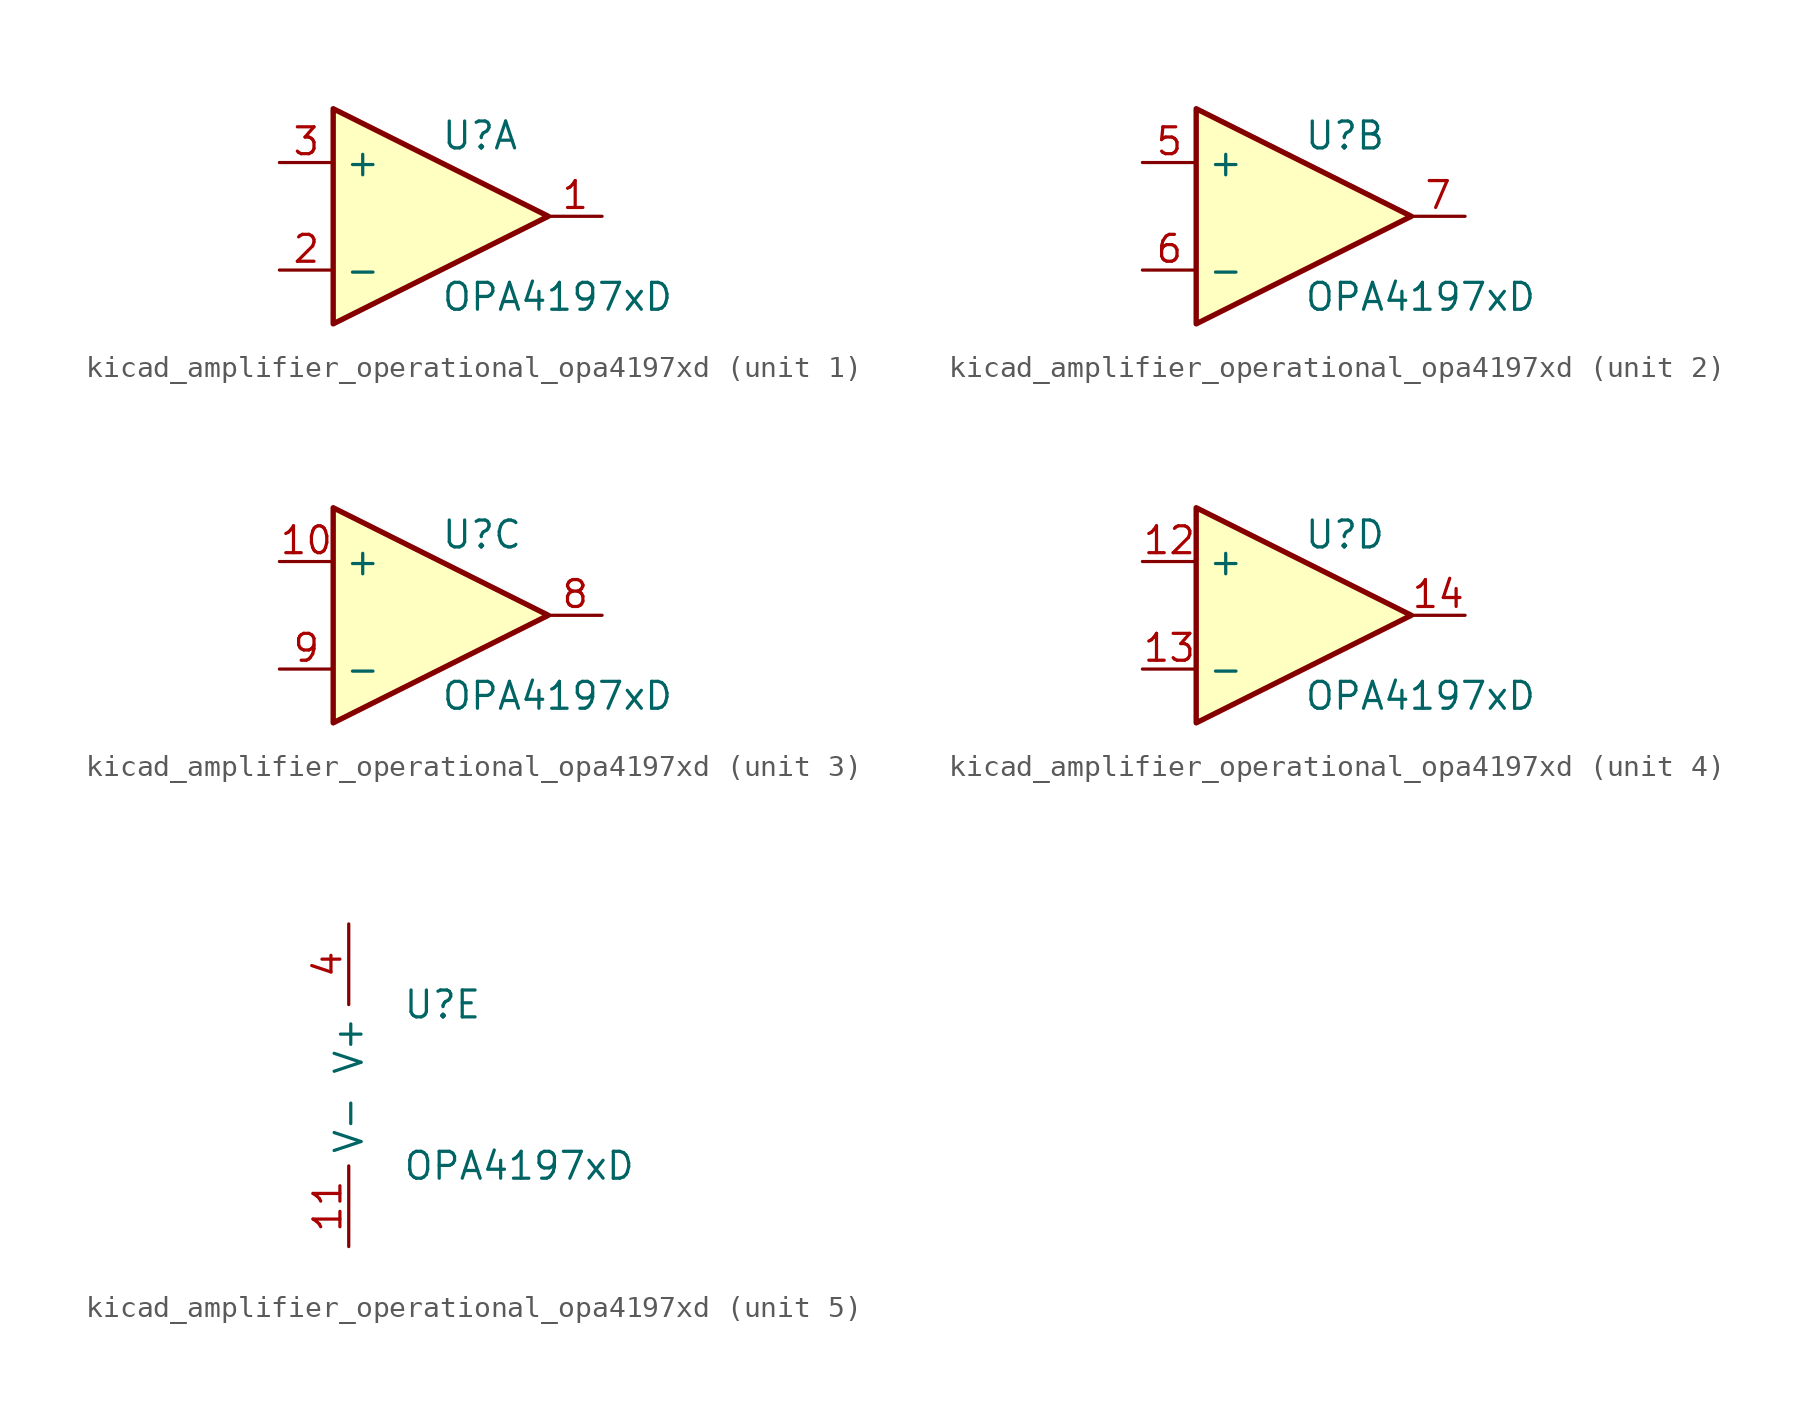
<source format=kicad_sym>
(kicad_symbol_lib
  (version 20220914)
  (generator kicad_symbol_editor)
  (symbol "kicad_amplifier_operational_opa4197xd"
    (property "Reference" "U"
      (at 0 3.81 0)
      (effects (font (size 1.27 1.27)) (justify left)))
    (property "Value" "OPA4197xD"
      (at 0 -3.81 0)
      (effects (font (size 1.27 1.27)) (justify left)))
    (property "ki_locked" ""
      (at 0 0 0)
      (effects (font (size 1.27 1.27))))
    (symbol "kicad_amplifier_operational_opa4197xd_1_1"
      (polyline (pts (xy -5.08 5.08) (xy 5.08 0) (xy -5.08 -5.08) (xy -5.08 5.08)) (stroke (width 0.254) (type default)) (fill (type background)))
      (pin output line (at 7.62 0 180) (length 2.54) (name "~" (effects (font (size 1.27 1.27)))) (number "1" (effects (font (size 1.27 1.27)))))
      (pin input line (at -7.62 -2.54 0) (length 2.54) (name "-" (effects (font (size 1.27 1.27)))) (number "2" (effects (font (size 1.27 1.27)))))
      (pin input line (at -7.62 2.54 0) (length 2.54) (name "+" (effects (font (size 1.27 1.27)))) (number "3" (effects (font (size 1.27 1.27))))))
    (symbol "kicad_amplifier_operational_opa4197xd_2_1"
      (polyline (pts (xy -5.08 5.08) (xy 5.08 0) (xy -5.08 -5.08) (xy -5.08 5.08)) (stroke (width 0.254) (type default)) (fill (type background)))
      (pin input line (at -7.62 2.54 0) (length 2.54) (name "+" (effects (font (size 1.27 1.27)))) (number "5" (effects (font (size 1.27 1.27)))))
      (pin input line (at -7.62 -2.54 0) (length 2.54) (name "-" (effects (font (size 1.27 1.27)))) (number "6" (effects (font (size 1.27 1.27)))))
      (pin output line (at 7.62 0 180) (length 2.54) (name "~" (effects (font (size 1.27 1.27)))) (number "7" (effects (font (size 1.27 1.27))))))
    (symbol "kicad_amplifier_operational_opa4197xd_3_1"
      (polyline (pts (xy -5.08 5.08) (xy 5.08 0) (xy -5.08 -5.08) (xy -5.08 5.08)) (stroke (width 0.254) (type default)) (fill (type background)))
      (pin input line (at -7.62 2.54 0) (length 2.54) (name "+" (effects (font (size 1.27 1.27)))) (number "10" (effects (font (size 1.27 1.27)))))
      (pin output line (at 7.62 0 180) (length 2.54) (name "~" (effects (font (size 1.27 1.27)))) (number "8" (effects (font (size 1.27 1.27)))))
      (pin input line (at -7.62 -2.54 0) (length 2.54) (name "-" (effects (font (size 1.27 1.27)))) (number "9" (effects (font (size 1.27 1.27))))))
    (symbol "kicad_amplifier_operational_opa4197xd_4_1"
      (polyline (pts (xy -5.08 5.08) (xy 5.08 0) (xy -5.08 -5.08) (xy -5.08 5.08)) (stroke (width 0.254) (type default)) (fill (type background)))
      (pin input line (at -7.62 2.54 0) (length 2.54) (name "+" (effects (font (size 1.27 1.27)))) (number "12" (effects (font (size 1.27 1.27)))))
      (pin input line (at -7.62 -2.54 0) (length 2.54) (name "-" (effects (font (size 1.27 1.27)))) (number "13" (effects (font (size 1.27 1.27)))))
      (pin output line (at 7.62 0 180) (length 2.54) (name "~" (effects (font (size 1.27 1.27)))) (number "14" (effects (font (size 1.27 1.27))))))
    (symbol "kicad_amplifier_operational_opa4197xd_5_1"
      (pin power_in line (at -2.54 -7.62 90) (length 3.81) (name "V-" (effects (font (size 1.27 1.27)))) (number "11" (effects (font (size 1.27 1.27)))))
      (pin power_in line (at -2.54 7.62 270) (length 3.81) (name "V+" (effects (font (size 1.27 1.27)))) (number "4" (effects (font (size 1.27 1.27))))))))
</source>
